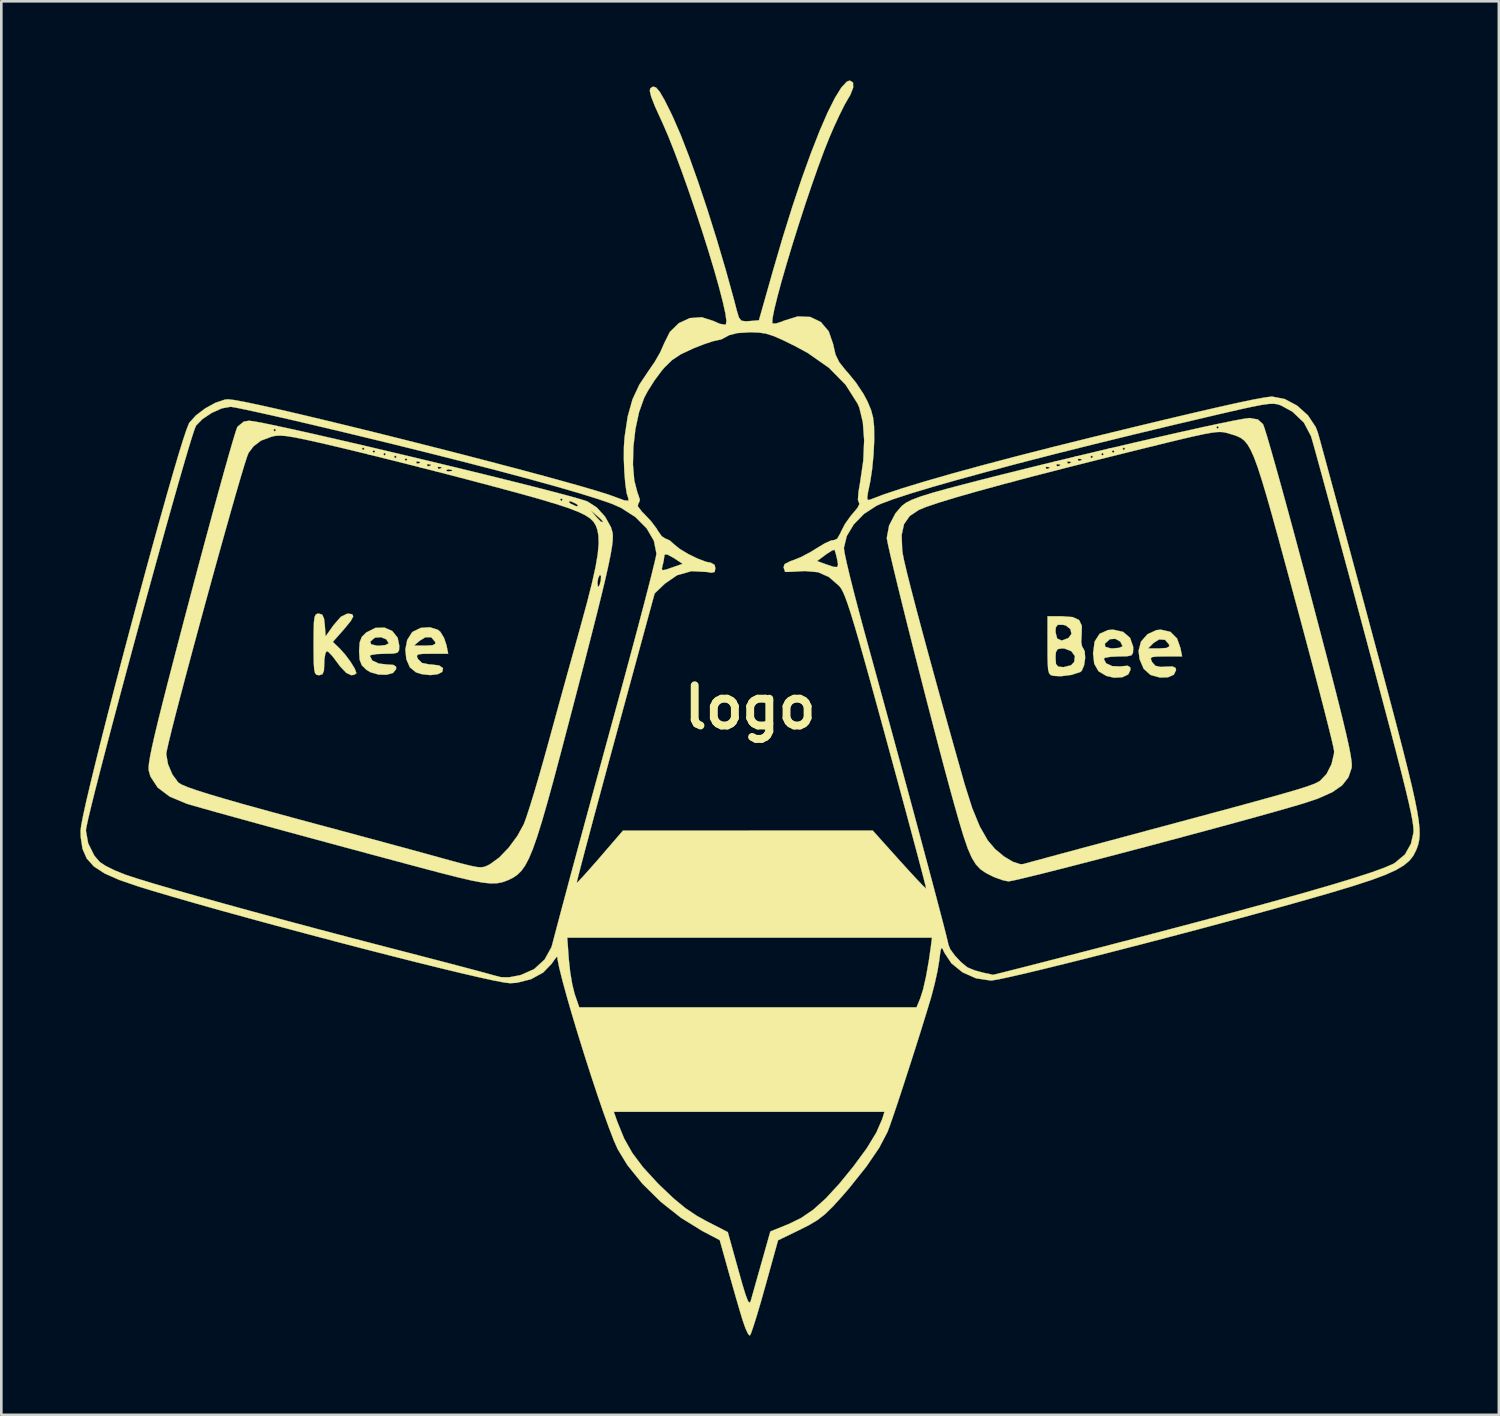
<source format=kicad_pcb>
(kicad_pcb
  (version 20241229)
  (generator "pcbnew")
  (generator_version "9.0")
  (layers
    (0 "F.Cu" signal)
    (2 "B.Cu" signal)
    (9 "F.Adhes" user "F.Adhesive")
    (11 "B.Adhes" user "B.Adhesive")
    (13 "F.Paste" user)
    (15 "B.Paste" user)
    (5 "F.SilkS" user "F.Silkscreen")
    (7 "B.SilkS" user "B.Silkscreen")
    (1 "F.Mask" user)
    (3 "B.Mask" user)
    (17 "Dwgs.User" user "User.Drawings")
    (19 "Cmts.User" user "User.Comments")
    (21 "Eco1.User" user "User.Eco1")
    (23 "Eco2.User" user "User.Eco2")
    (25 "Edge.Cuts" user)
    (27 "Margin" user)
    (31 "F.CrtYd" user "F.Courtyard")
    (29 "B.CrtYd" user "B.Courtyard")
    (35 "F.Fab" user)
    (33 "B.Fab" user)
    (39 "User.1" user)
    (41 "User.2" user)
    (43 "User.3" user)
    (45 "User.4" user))
  (footprint "logo"
    (layer "F.Cu")
    (at 25.405 23.779)
    (property "Reference" "logo" (at 0 0 0) (layer "F.SilkS") (effects (font (size 1.524 1.524) (thickness 0.3))))
    (attr through_hole)
    (fp_poly (pts (xy 15.94 -2.863) (xy 16.192 -2.61) (xy 16.318 -2.254) (xy 16.383 -1.93) (xy 15.757 -1.93) (xy 15.417 -1.926) (xy 15.241 -1.904) (xy 15.193 -1.847) (xy 15.233 -1.74) (xy 15.245 -1.717) (xy 15.365 -1.577) (xy 15.561 -1.532) (xy 15.757 -1.542) (xy 16.021 -1.55) (xy 16.136 -1.495) (xy 16.154 -1.411) (xy 16.068 -1.236) (xy 15.845 -1.139) (xy 15.543 -1.13) (xy 15.215 -1.218) (xy 15.175 -1.236) (xy 14.925 -1.462) (xy 14.77 -1.823) (xy 14.732 -2.143) (xy 14.756 -2.235) (xy 15.093 -2.235) (xy 15.519 -2.235) (xy 15.79 -2.252) (xy 15.895 -2.31) (xy 15.889 -2.38) (xy 15.736 -2.56) (xy 15.513 -2.575) (xy 15.3 -2.442) (xy 15.093 -2.235) (xy 14.756 -2.235) (xy 14.824 -2.493) (xy 15.067 -2.771) (xy 15.407 -2.928) (xy 15.575 -2.946) (xy 15.94 -2.863)) (stroke (width 0.01) (type solid)) (fill yes) (layer "F.SilkS"))
    (fp_poly (pts (xy -11.852 -2.944) (xy -11.752 -2.864) (xy -11.611 -2.63) (xy -11.52 -2.356) (xy -11.455 -2.032) (xy -12.081 -2.032) (xy -12.421 -2.028) (xy -12.596 -2.005) (xy -12.645 -1.948) (xy -12.606 -1.842) (xy -12.598 -1.829) (xy -12.447 -1.681) (xy -12.173 -1.627) (xy -12.098 -1.626) (xy -11.798 -1.588) (xy -11.652 -1.485) (xy -11.65 -1.482) (xy -11.68 -1.343) (xy -11.856 -1.254) (xy -12.13 -1.222) (xy -12.449 -1.256) (xy -12.676 -1.325) (xy -12.908 -1.516) (xy -13.044 -1.827) (xy -13.08 -2.193) (xy -13.05 -2.344) (xy -12.751 -2.344) (xy -12.322 -2.34) (xy -12.05 -2.354) (xy -11.944 -2.41) (xy -11.949 -2.481) (xy -12.098 -2.656) (xy -12.321 -2.656) (xy -12.517 -2.538) (xy -12.751 -2.344) (xy -13.05 -2.344) (xy -13.011 -2.55) (xy -12.832 -2.836) (xy -12.793 -2.87) (xy -12.496 -3.013) (xy -12.153 -3.037) (xy -11.852 -2.944)) (stroke (width 0.01) (type solid)) (fill yes) (layer "F.SilkS"))
    (fp_poly (pts (xy 14.144 -2.863) (xy 14.409 -2.636) (xy 14.526 -2.299) (xy 14.529 -2.235) (xy 14.519 -2.061) (xy 14.458 -1.97) (xy 14.294 -1.936) (xy 13.979 -1.93) (xy 13.97 -1.93) (xy 13.664 -1.916) (xy 13.461 -1.878) (xy 13.411 -1.841) (xy 13.501 -1.669) (xy 13.73 -1.564) (xy 14.038 -1.55) (xy 14.072 -1.555) (xy 14.313 -1.577) (xy 14.412 -1.523) (xy 14.427 -1.427) (xy 14.339 -1.246) (xy 14.112 -1.14) (xy 13.801 -1.124) (xy 13.513 -1.19) (xy 13.212 -1.368) (xy 13.05 -1.652) (xy 13.005 -2.048) (xy 13.055 -2.415) (xy 13.454 -2.415) (xy 13.466 -2.297) (xy 13.667 -2.238) (xy 13.758 -2.235) (xy 13.997 -2.257) (xy 14.118 -2.311) (xy 14.122 -2.324) (xy 14.037 -2.495) (xy 13.847 -2.599) (xy 13.649 -2.585) (xy 13.637 -2.578) (xy 13.454 -2.415) (xy 13.055 -2.415) (xy 13.067 -2.498) (xy 13.255 -2.79) (xy 13.575 -2.931) (xy 13.767 -2.946) (xy 14.144 -2.863)) (stroke (width 0.01) (type solid)) (fill yes) (layer "F.SilkS"))
    (fp_poly (pts (xy -13.575 -2.894) (xy -13.372 -2.64) (xy -13.31 -2.337) (xy -13.319 -2.163) (xy -13.38 -2.072) (xy -13.544 -2.037) (xy -13.86 -2.032) (xy -13.868 -2.032) (xy -14.174 -2.019) (xy -14.377 -1.984) (xy -14.427 -1.951) (xy -14.335 -1.775) (xy -14.087 -1.66) (xy -13.79 -1.626) (xy -13.533 -1.609) (xy -13.432 -1.542) (xy -13.43 -1.448) (xy -13.548 -1.304) (xy -13.792 -1.235) (xy -14.097 -1.243) (xy -14.399 -1.329) (xy -14.56 -1.425) (xy -14.733 -1.597) (xy -14.814 -1.806) (xy -14.834 -2.133) (xy -14.834 -2.134) (xy -14.813 -2.462) (xy -14.801 -2.493) (xy -14.411 -2.493) (xy -14.379 -2.391) (xy -14.166 -2.34) (xy -14.072 -2.337) (xy -13.837 -2.361) (xy -13.719 -2.422) (xy -13.716 -2.435) (xy -13.801 -2.577) (xy -13.997 -2.658) (xy -14.212 -2.646) (xy -14.252 -2.628) (xy -14.411 -2.493) (xy -14.801 -2.493) (xy -14.732 -2.672) (xy -14.566 -2.837) (xy -14.219 -3.012) (xy -13.873 -3.024) (xy -13.575 -2.894)) (stroke (width 0.01) (type solid)) (fill yes) (layer "F.SilkS"))
    (fp_poly (pts (xy -16.233 -3.516) (xy -16.164 -3.364) (xy -16.135 -3.124) (xy -16.104 -2.692) (xy -15.799 -3.122) (xy -15.524 -3.436) (xy -15.283 -3.553) (xy -15.265 -3.554) (xy -15.098 -3.533) (xy -15.056 -3.45) (xy -15.146 -3.28) (xy -15.375 -2.998) (xy -15.433 -2.931) (xy -15.83 -2.481) (xy -15.569 -2.231) (xy -15.36 -1.998) (xy -15.155 -1.722) (xy -14.999 -1.467) (xy -14.936 -1.297) (xy -14.936 -1.295) (xy -15.02 -1.233) (xy -15.134 -1.219) (xy -15.319 -1.306) (xy -15.549 -1.544) (xy -15.646 -1.676) (xy -15.837 -1.93) (xy -15.993 -2.096) (xy -16.058 -2.134) (xy -16.115 -2.043) (xy -16.15 -1.813) (xy -16.154 -1.676) (xy -16.168 -1.391) (xy -16.223 -1.256) (xy -16.343 -1.219) (xy -16.358 -1.219) (xy -16.445 -1.232) (xy -16.503 -1.292) (xy -16.537 -1.434) (xy -16.555 -1.692) (xy -16.56 -2.102) (xy -16.561 -2.388) (xy -16.558 -2.89) (xy -16.548 -3.224) (xy -16.523 -3.423) (xy -16.477 -3.521) (xy -16.406 -3.554) (xy -16.363 -3.556) (xy -16.233 -3.516)) (stroke (width 0.01) (type solid)) (fill yes) (layer "F.SilkS"))
    (fp_poly (pts (xy 12.235 -3.423) (xy 12.478 -3.309) (xy 12.581 -3.089) (xy 12.571 -2.742) (xy 12.557 -2.474) (xy 12.59 -2.301) (xy 12.608 -2.28) (xy 12.689 -2.128) (xy 12.706 -1.871) (xy 12.666 -1.596) (xy 12.578 -1.388) (xy 12.522 -1.339) (xy 12.184 -1.229) (xy 11.781 -1.179) (xy 11.506 -1.193) (xy 11.406 -1.221) (xy 11.34 -1.285) (xy 11.302 -1.423) (xy 11.284 -1.671) (xy 11.281 -1.88) (xy 11.582 -1.88) (xy 11.6 -1.641) (xy 11.686 -1.543) (xy 11.884 -1.524) (xy 12.172 -1.595) (xy 12.29 -1.72) (xy 12.316 -1.943) (xy 12.181 -2.128) (xy 11.927 -2.228) (xy 11.829 -2.235) (xy 11.662 -2.207) (xy 11.594 -2.084) (xy 11.582 -1.88) (xy 11.281 -1.88) (xy 11.278 -2.067) (xy 11.278 -2.344) (xy 11.278 -2.852) (xy 11.582 -2.852) (xy 11.644 -2.609) (xy 11.815 -2.532) (xy 12.074 -2.629) (xy 12.075 -2.63) (xy 12.187 -2.789) (xy 12.144 -2.968) (xy 11.974 -3.103) (xy 11.861 -3.131) (xy 11.666 -3.13) (xy 11.592 -3.026) (xy 11.582 -2.852) (xy 11.278 -2.852) (xy 11.278 -3.454) (xy 11.824 -3.454) (xy 12.235 -3.423)) (stroke (width 0.01) (type solid)) (fill yes) (layer "F.SilkS"))
    (fp_poly (pts (xy 19.258 -10.918) (xy 19.452 -10.74) (xy 19.504 -10.602) (xy 19.603 -10.286) (xy 19.743 -9.807) (xy 19.92 -9.185) (xy 20.129 -8.435) (xy 20.365 -7.576) (xy 20.624 -6.624) (xy 20.899 -5.597) (xy 21.188 -4.514) (xy 21.245 -4.295) (xy 21.588 -2.994) (xy 21.881 -1.875) (xy 22.127 -0.924) (xy 22.33 -0.127) (xy 22.492 0.53) (xy 22.618 1.06) (xy 22.711 1.478) (xy 22.773 1.797) (xy 22.808 2.032) (xy 22.821 2.197) (xy 22.813 2.3) (xy 22.691 2.658) (xy 22.454 2.959) (xy 22.08 3.219) (xy 21.545 3.458) (xy 21.02 3.634) (xy 20.555 3.772) (xy 19.957 3.943) (xy 19.247 4.142) (xy 18.448 4.362) (xy 17.582 4.598) (xy 16.669 4.844) (xy 15.733 5.095) (xy 14.794 5.344) (xy 13.874 5.587) (xy 12.995 5.816) (xy 12.18 6.027) (xy 11.448 6.213) (xy 10.823 6.37) (xy 10.325 6.49) (xy 9.978 6.57) (xy 9.802 6.601) (xy 9.792 6.602) (xy 9.583 6.559) (xy 9.292 6.455) (xy 9.195 6.413) (xy 8.941 6.285) (xy 8.734 6.142) (xy 8.56 5.957) (xy 8.404 5.703) (xy 8.252 5.354) (xy 8.09 4.882) (xy 7.904 4.261) (xy 7.732 3.652) (xy 7.56 3.027) (xy 7.363 2.297) (xy 7.148 1.486) (xy 6.921 0.617) (xy 6.686 -0.289) (xy 6.45 -1.21) (xy 6.217 -2.121) (xy 5.995 -3.003) (xy 5.788 -3.831) (xy 5.603 -4.583) (xy 5.444 -5.238) (xy 5.318 -5.772) (xy 5.23 -6.164) (xy 5.186 -6.39) (xy 5.182 -6.429) (xy 5.201 -6.533) (xy 5.745 -6.533) (xy 5.766 -5.979) (xy 5.784 -5.838) (xy 5.836 -5.576) (xy 5.94 -5.132) (xy 6.093 -4.523) (xy 6.291 -3.763) (xy 6.53 -2.866) (xy 6.806 -1.848) (xy 7.115 -0.721) (xy 7.454 0.498) (xy 7.817 1.795) (xy 8.14 2.934) (xy 8.42 3.818) (xy 8.707 4.516) (xy 9.008 5.043) (xy 9.284 5.371) (xy 9.629 5.658) (xy 9.968 5.86) (xy 10.25 5.951) (xy 10.363 5.944) (xy 10.49 5.908) (xy 10.793 5.826) (xy 11.251 5.702) (xy 11.846 5.541) (xy 12.557 5.349) (xy 13.363 5.133) (xy 14.245 4.896) (xy 15.088 4.669) (xy 16.352 4.33) (xy 17.435 4.038) (xy 18.352 3.791) (xy 19.117 3.582) (xy 19.746 3.408) (xy 20.253 3.265) (xy 20.653 3.149) (xy 20.962 3.054) (xy 21.194 2.977) (xy 21.364 2.914) (xy 21.488 2.859) (xy 21.579 2.81) (xy 21.614 2.788) (xy 21.861 2.53) (xy 22.051 2.155) (xy 22.145 1.749) (xy 22.149 1.663) (xy 22.123 1.517) (xy 22.048 1.192) (xy 21.929 0.709) (xy 21.771 0.086) (xy 21.578 -0.658) (xy 21.356 -1.506) (xy 21.109 -2.437) (xy 20.842 -3.435) (xy 20.65 -4.147) (xy 20.317 -5.377) (xy 20.032 -6.426) (xy 19.788 -7.308) (xy 19.58 -8.04) (xy 19.401 -8.637) (xy 19.247 -9.113) (xy 19.11 -9.483) (xy 18.985 -9.762) (xy 18.866 -9.967) (xy 18.747 -10.111) (xy 18.622 -10.21) (xy 18.485 -10.278) (xy 18.331 -10.332) (xy 18.201 -10.371) (xy 18.084 -10.406) (xy 17.975 -10.431) (xy 17.854 -10.444) (xy 17.703 -10.44) (xy 17.501 -10.415) (xy 17.232 -10.367) (xy 16.874 -10.291) (xy 16.409 -10.184) (xy 15.818 -10.041) (xy 15.083 -9.86) (xy 14.182 -9.637) (xy 13.411 -9.445) (xy 12.016 -9.094) (xy 10.747 -8.768) (xy 9.617 -8.468) (xy 8.634 -8.199) (xy 7.809 -7.963) (xy 7.153 -7.763) (xy 6.675 -7.602) (xy 6.401 -7.489) (xy 6.05 -7.255) (xy 5.835 -6.947) (xy 5.745 -6.533) (xy 5.201 -6.533) (xy 5.27 -6.898) (xy 5.512 -7.361) (xy 5.755 -7.642) (xy 5.908 -7.758) (xy 6.13 -7.871) (xy 6.451 -7.992) (xy 6.898 -8.132) (xy 7.501 -8.3) (xy 7.825 -8.386) (xy 8.648 -8.6) (xy 9.551 -8.829) (xy 10.513 -9.068) (xy 10.686 -9.11) (xy 11.21 -9.11) (xy 11.224 -9.05) (xy 11.278 -9.042) (xy 11.361 -9.08) (xy 11.345 -9.11) (xy 11.225 -9.122) (xy 11.21 -9.11) (xy 10.686 -9.11) (xy 11.101 -9.212) (xy 11.616 -9.212) (xy 11.63 -9.151) (xy 11.684 -9.144) (xy 11.768 -9.181) (xy 11.752 -9.212) (xy 11.631 -9.224) (xy 11.616 -9.212) (xy 11.101 -9.212) (xy 11.514 -9.313) (xy 11.517 -9.313) (xy 12.023 -9.313) (xy 12.037 -9.253) (xy 12.09 -9.246) (xy 12.174 -9.283) (xy 12.158 -9.313) (xy 12.038 -9.325) (xy 12.023 -9.313) (xy 11.517 -9.313) (xy 11.938 -9.415) (xy 12.429 -9.415) (xy 12.443 -9.355) (xy 12.497 -9.347) (xy 12.58 -9.384) (xy 12.565 -9.415) (xy 12.444 -9.427) (xy 12.429 -9.415) (xy 11.938 -9.415) (xy 12.29 -9.5) (xy 12.903 -9.5) (xy 12.954 -9.449) (xy 13.005 -9.5) (xy 12.954 -9.55) (xy 12.903 -9.5) (xy 12.29 -9.5) (xy 12.531 -9.558) (xy 12.713 -9.601) (xy 13.31 -9.601) (xy 13.36 -9.55) (xy 13.411 -9.601) (xy 13.36 -9.652) (xy 13.31 -9.601) (xy 12.713 -9.601) (xy 13.141 -9.703) (xy 13.716 -9.703) (xy 13.767 -9.652) (xy 13.818 -9.703) (xy 13.767 -9.754) (xy 13.716 -9.703) (xy 13.141 -9.703) (xy 13.544 -9.799) (xy 13.569 -9.804) (xy 14.122 -9.804) (xy 14.173 -9.754) (xy 14.224 -9.804) (xy 14.173 -9.855) (xy 14.122 -9.804) (xy 13.569 -9.804) (xy 14.531 -10.03) (xy 15.471 -10.247) (xy 16.343 -10.445) (xy 17.12 -10.617) (xy 17.678 -10.617) (xy 17.729 -10.566) (xy 17.78 -10.617) (xy 17.729 -10.668) (xy 17.678 -10.617) (xy 17.12 -10.617) (xy 17.126 -10.619) (xy 17.798 -10.763) (xy 18.339 -10.874) (xy 18.726 -10.945) (xy 18.94 -10.973) (xy 18.949 -10.973) (xy 19.258 -10.918)) (stroke (width 0.01) (type solid)) (fill yes) (layer "F.SilkS"))
    (fp_poly (pts (xy -18.821 -10.847) (xy -18.456 -10.779) (xy -17.938 -10.671) (xy -17.286 -10.53) (xy -16.524 -10.359) (xy -15.671 -10.164) (xy -14.749 -9.951) (xy -13.78 -9.723) (xy -12.785 -9.487) (xy -11.786 -9.248) (xy -10.804 -9.01) (xy -9.86 -8.779) (xy -8.975 -8.559) (xy -8.172 -8.357) (xy -7.472 -8.176) (xy -6.895 -8.023) (xy -6.464 -7.902) (xy -6.199 -7.818) (xy -6.172 -7.808) (xy -5.821 -7.582) (xy -5.503 -7.231) (xy -5.279 -6.829) (xy -5.221 -6.632) (xy -5.209 -6.505) (xy -5.214 -6.335) (xy -5.241 -6.107) (xy -5.291 -5.805) (xy -5.37 -5.418) (xy -5.479 -4.929) (xy -5.623 -4.326) (xy -5.804 -3.594) (xy -6.026 -2.719) (xy -6.291 -1.686) (xy -6.604 -0.482) (xy -6.876 0.559) (xy -7.192 1.761) (xy -7.464 2.783) (xy -7.7 3.639) (xy -7.904 4.346) (xy -8.084 4.92) (xy -8.245 5.377) (xy -8.394 5.733) (xy -8.537 6.003) (xy -8.68 6.204) (xy -8.83 6.351) (xy -8.991 6.461) (xy -9.172 6.55) (xy -9.212 6.567) (xy -9.407 6.636) (xy -9.61 6.675) (xy -9.852 6.68) (xy -10.158 6.647) (xy -10.557 6.572) (xy -11.077 6.451) (xy -11.746 6.281) (xy -12.294 6.136) (xy -13.402 5.84) (xy -14.518 5.54) (xy -15.621 5.243) (xy -16.688 4.954) (xy -17.7 4.679) (xy -18.636 4.423) (xy -19.474 4.192) (xy -20.193 3.993) (xy -20.773 3.83) (xy -21.193 3.71) (xy -21.382 3.653) (xy -22.018 3.387) (xy -22.475 3.043) (xy -22.749 2.624) (xy -22.813 2.404) (xy -22.819 2.292) (xy -22.803 2.117) (xy -22.762 1.864) (xy -22.744 1.774) (xy -22.149 1.774) (xy -22.083 2.155) (xy -21.916 2.548) (xy -21.694 2.849) (xy -21.68 2.861) (xy -21.562 2.933) (xy -21.339 3.027) (xy -21 3.146) (xy -20.533 3.293) (xy -19.926 3.474) (xy -19.168 3.69) (xy -18.245 3.945) (xy -17.147 4.244) (xy -16.154 4.511) (xy -15.355 4.726) (xy -14.511 4.954) (xy -13.677 5.179) (xy -12.908 5.388) (xy -12.258 5.566) (xy -12.04 5.626) (xy -11.402 5.802) (xy -10.929 5.929) (xy -10.591 6.013) (xy -10.357 6.058) (xy -10.196 6.068) (xy -10.076 6.048) (xy -9.968 6.002) (xy -9.868 5.95) (xy -9.521 5.699) (xy -9.156 5.318) (xy -8.824 4.866) (xy -8.587 4.432) (xy -8.496 4.188) (xy -8.363 3.781) (xy -8.198 3.247) (xy -8.013 2.62) (xy -7.818 1.934) (xy -7.69 1.473) (xy -7.462 0.641) (xy -7.211 -0.272) (xy -6.954 -1.201) (xy -6.71 -2.08) (xy -6.497 -2.844) (xy -6.455 -2.997) (xy -6.198 -3.936) (xy -6.003 -4.705) (xy -5.997 -4.732) (xy -5.793 -4.732) (xy -5.779 -4.594) (xy -5.752 -4.572) (xy -5.706 -4.658) (xy -5.665 -4.823) (xy -5.658 -4.99) (xy -5.704 -5.02) (xy -5.764 -4.908) (xy -5.793 -4.732) (xy -5.997 -4.732) (xy -5.865 -5.326) (xy -5.781 -5.822) (xy -5.747 -6.215) (xy -5.758 -6.528) (xy -5.799 -6.738) (xy -5.853 -6.892) (xy -5.936 -7.03) (xy -6.064 -7.16) (xy -6.255 -7.286) (xy -6.525 -7.417) (xy -6.658 -7.468) (xy -6.045 -7.468) (xy -5.852 -7.239) (xy -5.672 -7.047) (xy -5.593 -7.019) (xy -5.588 -7.045) (xy -5.657 -7.128) (xy -5.817 -7.274) (xy -6.045 -7.468) (xy -6.658 -7.468) (xy -6.892 -7.558) (xy -7.373 -7.716) (xy -7.582 -7.778) (xy -6.876 -7.778) (xy -6.807 -7.722) (xy -6.622 -7.636) (xy -6.553 -7.623) (xy -6.535 -7.665) (xy -6.604 -7.722) (xy -6.789 -7.808) (xy -6.858 -7.82) (xy -6.876 -7.778) (xy -7.582 -7.778) (xy -7.904 -7.874) (xy -7.214 -7.874) (xy -7.163 -7.823) (xy -7.112 -7.874) (xy -7.163 -7.925) (xy -7.214 -7.874) (xy -7.904 -7.874) (xy -7.984 -7.898) (xy -8.742 -8.11) (xy -9.666 -8.359) (xy -10.668 -8.625) (xy -11.536 -8.851) (xy -11.98 -8.965) (xy -11.538 -8.965) (xy -11.438 -8.949) (xy -11.307 -8.968) (xy -11.305 -9.002) (xy -11.441 -9.026) (xy -11.5 -9.01) (xy -11.538 -8.965) (xy -11.98 -8.965) (xy -12.485 -9.094) (xy -12.547 -9.11) (xy -11.853 -9.11) (xy -11.839 -9.05) (xy -11.786 -9.042) (xy -11.702 -9.08) (xy -11.718 -9.11) (xy -11.838 -9.122) (xy -11.853 -9.11) (xy -12.547 -9.11) (xy -12.949 -9.212) (xy -12.26 -9.212) (xy -12.246 -9.151) (xy -12.192 -9.144) (xy -12.108 -9.181) (xy -12.124 -9.212) (xy -12.245 -9.224) (xy -12.26 -9.212) (xy -12.949 -9.212) (xy -13.352 -9.313) (xy -12.666 -9.313) (xy -12.652 -9.253) (xy -12.598 -9.246) (xy -12.515 -9.283) (xy -12.531 -9.313) (xy -12.651 -9.325) (xy -12.666 -9.313) (xy -13.352 -9.313) (xy -13.453 -9.339) (xy -13.691 -9.398) (xy -13.106 -9.398) (xy -13.056 -9.347) (xy -13.005 -9.398) (xy -13.056 -9.449) (xy -13.106 -9.398) (xy -13.691 -9.398) (xy -14.099 -9.5) (xy -13.513 -9.5) (xy -13.462 -9.449) (xy -13.411 -9.5) (xy -13.462 -9.55) (xy -13.513 -9.5) (xy -14.099 -9.5) (xy -14.38 -9.569) (xy -14.51 -9.601) (xy -13.919 -9.601) (xy -13.868 -9.55) (xy -13.818 -9.601) (xy -13.868 -9.652) (xy -13.919 -9.601) (xy -14.51 -9.601) (xy -14.927 -9.703) (xy -14.326 -9.703) (xy -14.275 -9.652) (xy -14.224 -9.703) (xy -14.275 -9.754) (xy -14.326 -9.703) (xy -14.927 -9.703) (xy -15.203 -9.77) (xy -15.346 -9.804) (xy -14.732 -9.804) (xy -14.681 -9.754) (xy -14.63 -9.804) (xy -14.681 -9.855) (xy -14.732 -9.804) (xy -15.346 -9.804) (xy -15.561 -9.856) (xy -16.294 -10.027) (xy -16.858 -10.153) (xy -17.283 -10.239) (xy -17.596 -10.289) (xy -17.826 -10.307) (xy -18.002 -10.298) (xy -18.152 -10.266) (xy -18.555 -10.116) (xy -18.837 -9.901) (xy -19.026 -9.652) (xy -19.083 -9.508) (xy -19.185 -9.19) (xy -19.327 -8.719) (xy -19.503 -8.117) (xy -19.706 -7.406) (xy -19.931 -6.608) (xy -20.172 -5.746) (xy -20.423 -4.839) (xy -20.677 -3.912) (xy -20.929 -2.985) (xy -21.173 -2.08) (xy -21.403 -1.22) (xy -21.612 -0.427) (xy -21.796 0.279) (xy -21.947 0.875) (xy -22.06 1.338) (xy -22.129 1.648) (xy -22.149 1.774) (xy -22.744 1.774) (xy -22.693 1.521) (xy -22.592 1.073) (xy -22.456 0.507) (xy -22.282 -0.19) (xy -22.067 -1.032) (xy -21.807 -2.033) (xy -21.5 -3.207) (xy -21.24 -4.192) (xy -20.95 -5.286) (xy -20.671 -6.326) (xy -20.409 -7.294) (xy -20.168 -8.174) (xy -19.954 -8.947) (xy -19.77 -9.597) (xy -19.623 -10.105) (xy -19.516 -10.455) (xy -19.495 -10.516) (xy -18.085 -10.516) (xy -18.034 -10.465) (xy -17.983 -10.516) (xy -18.034 -10.566) (xy -18.085 -10.516) (xy -19.495 -10.516) (xy -19.454 -10.63) (xy -19.448 -10.643) (xy -19.21 -10.837) (xy -19.009 -10.871) (xy -18.821 -10.847)) (stroke (width 0.01) (type solid)) (fill yes) (layer "F.SilkS"))
    (fp_poly (pts (xy 3.901 -23.7) (xy 3.906 -23.503) (xy 3.796 -23.224) (xy 3.72 -23.098) (xy 3.574 -22.843) (xy 3.382 -22.456) (xy 3.169 -21.996) (xy 3.007 -21.62) (xy 2.8 -21.1) (xy 2.572 -20.482) (xy 2.33 -19.793) (xy 2.082 -19.058) (xy 1.837 -18.302) (xy 1.601 -17.551) (xy 1.384 -16.83) (xy 1.192 -16.166) (xy 1.034 -15.584) (xy 0.917 -15.108) (xy 0.849 -14.766) (xy 0.838 -14.583) (xy 0.847 -14.563) (xy 0.974 -14.557) (xy 1.204 -14.631) (xy 1.275 -14.663) (xy 1.803 -14.827) (xy 2.28 -14.807) (xy 2.68 -14.615) (xy 2.978 -14.263) (xy 3.151 -13.764) (xy 3.157 -13.726) (xy 3.237 -13.378) (xy 3.378 -13.091) (xy 3.624 -12.781) (xy 3.711 -12.687) (xy 4.014 -12.314) (xy 4.299 -11.884) (xy 4.448 -11.605) (xy 4.583 -11.283) (xy 4.662 -10.99) (xy 4.699 -10.654) (xy 4.705 -10.201) (xy 4.704 -10.109) (xy 4.679 -9.587) (xy 4.626 -9.039) (xy 4.555 -8.57) (xy 4.541 -8.502) (xy 4.466 -8.142) (xy 4.44 -7.942) (xy 4.462 -7.864) (xy 4.534 -7.871) (xy 4.558 -7.881) (xy 5.057 -8.071) (xy 5.742 -8.299) (xy 6.599 -8.561) (xy 7.617 -8.854) (xy 8.781 -9.173) (xy 10.078 -9.516) (xy 11.496 -9.878) (xy 13.02 -10.256) (xy 14.49 -10.614) (xy 15.769 -10.921) (xy 16.863 -11.179) (xy 17.778 -11.39) (xy 18.519 -11.555) (xy 19.091 -11.675) (xy 19.501 -11.75) (xy 19.753 -11.784) (xy 19.8 -11.786) (xy 20.277 -11.693) (xy 20.746 -11.443) (xy 21.155 -11.076) (xy 21.45 -10.632) (xy 21.525 -10.442) (xy 21.569 -10.29) (xy 21.66 -9.959) (xy 21.795 -9.465) (xy 21.969 -8.823) (xy 22.178 -8.052) (xy 22.417 -7.167) (xy 22.682 -6.185) (xy 22.968 -5.122) (xy 23.271 -3.995) (xy 23.515 -3.083) (xy 23.895 -1.665) (xy 24.224 -0.429) (xy 24.506 0.64) (xy 24.743 1.554) (xy 24.938 2.329) (xy 25.095 2.978) (xy 25.215 3.516) (xy 25.302 3.957) (xy 25.359 4.314) (xy 25.388 4.602) (xy 25.393 4.836) (xy 25.376 5.028) (xy 25.341 5.194) (xy 25.29 5.347) (xy 25.258 5.425) (xy 25.15 5.635) (xy 24.999 5.824) (xy 24.785 6.001) (xy 24.49 6.174) (xy 24.094 6.353) (xy 23.578 6.545) (xy 22.923 6.76) (xy 22.11 7.006) (xy 21.119 7.292) (xy 21.082 7.303) (xy 20.154 7.564) (xy 19.16 7.838) (xy 18.119 8.12) (xy 17.051 8.407) (xy 15.974 8.691) (xy 14.91 8.97) (xy 13.878 9.236) (xy 12.896 9.487) (xy 11.985 9.715) (xy 11.165 9.917) (xy 10.454 10.088) (xy 9.873 10.221) (xy 9.441 10.314) (xy 9.178 10.359) (xy 9.125 10.363) (xy 8.568 10.28) (xy 8.052 10.051) (xy 7.631 9.708) (xy 7.367 9.308) (xy 7.296 9.155) (xy 7.251 9.129) (xy 7.216 9.253) (xy 7.177 9.551) (xy 7.17 9.613) (xy 7.105 10.002) (xy 6.997 10.49) (xy 6.868 10.984) (xy 6.841 11.074) (xy 6.668 11.644) (xy 6.468 12.289) (xy 6.251 12.976) (xy 6.028 13.671) (xy 5.811 14.342) (xy 5.61 14.954) (xy 5.435 15.473) (xy 5.299 15.866) (xy 5.211 16.1) (xy 5.21 16.104) (xy 4.893 16.708) (xy 4.409 17.418) (xy 3.761 18.23) (xy 3.516 18.515) (xy 3.143 18.928) (xy 2.84 19.225) (xy 2.552 19.449) (xy 2.223 19.645) (xy 1.898 19.809) (xy 1.057 20.216) (xy 0.562 22) (xy 0.4 22.571) (xy 0.252 23.072) (xy 0.126 23.471) (xy 0.035 23.735) (xy -0.012 23.833) (xy -0.079 23.77) (xy -0.179 23.557) (xy -0.288 23.244) (xy -0.397 22.882) (xy -0.54 22.393) (xy -0.696 21.847) (xy -0.82 21.408) (xy -1.155 20.21) (xy -1.822 19.859) (xy -2.621 19.366) (xy -3.389 18.759) (xy -4.082 18.077) (xy -4.658 17.365) (xy -5.023 16.764) (xy -5.167 16.442) (xy -5.349 15.97) (xy -5.563 15.377) (xy -5.575 15.342) (xy -5.173 15.342) (xy -5.036 15.73) (xy -4.782 16.351) (xy -4.47 16.905) (xy -4.064 17.446) (xy -3.528 18.029) (xy -3.416 18.142) (xy -2.901 18.63) (xy -2.453 19) (xy -2.014 19.293) (xy -1.669 19.484) (xy -0.849 19.905) (xy -0.45 21.34) (xy -0.294 21.892) (xy -0.179 22.269) (xy -0.097 22.491) (xy -0.039 22.58) (xy 0.004 22.556) (xy 0.029 22.487) (xy 0.088 22.276) (xy 0.188 21.921) (xy 0.314 21.474) (xy 0.437 21.041) (xy 0.764 19.882) (xy 1.467 19.597) (xy 1.938 19.366) (xy 2.395 19.053) (xy 2.864 18.631) (xy 3.374 18.078) (xy 3.908 17.424) (xy 4.422 16.726) (xy 4.785 16.129) (xy 5.009 15.615) (xy 5.023 15.57) (xy 5.094 15.342) (xy -5.173 15.342) (xy -5.575 15.342) (xy -5.797 14.695) (xy -6.043 13.953) (xy -6.291 13.179) (xy -6.532 12.404) (xy -6.757 11.659) (xy -6.956 10.971) (xy -7.12 10.371) (xy -7.24 9.89) (xy -7.307 9.556) (xy -7.317 9.456) (xy -7.365 9.493) (xy -7.484 9.657) (xy -7.526 9.722) (xy -7.853 10.061) (xy -8.314 10.313) (xy -8.852 10.449) (xy -9.109 10.465) (xy -9.331 10.438) (xy -9.729 10.362) (xy -10.282 10.241) (xy -10.972 10.081) (xy -11.779 9.886) (xy -12.682 9.663) (xy -13.662 9.415) (xy -14.699 9.149) (xy -15.773 8.869) (xy -16.865 8.58) (xy -17.954 8.288) (xy -19.021 7.998) (xy -20.047 7.715) (xy -21.01 7.444) (xy -21.892 7.19) (xy -22.673 6.959) (xy -23.184 6.802) (xy -23.926 6.549) (xy -24.489 6.3) (xy -24.896 6.035) (xy -25.167 5.732) (xy -25.325 5.37) (xy -25.393 4.928) (xy -25.4 4.684) (xy -25.399 4.675) (xy -25.197 4.675) (xy -25.11 5.161) (xy -24.878 5.625) (xy -24.671 5.867) (xy -24.454 6.011) (xy -24.113 6.181) (xy -23.715 6.342) (xy -23.667 6.359) (xy -23.236 6.5) (xy -22.627 6.686) (xy -21.863 6.91) (xy -20.962 7.167) (xy -19.945 7.451) (xy -18.832 7.757) (xy -17.643 8.079) (xy -16.4 8.412) (xy -15.121 8.749) (xy -13.827 9.086) (xy -13.818 9.088) (xy -12.961 9.31) (xy -12.158 9.519) (xy -11.433 9.708) (xy -10.808 9.873) (xy -10.307 10.006) (xy -9.952 10.102) (xy -9.767 10.154) (xy -9.754 10.159) (xy -9.446 10.237) (xy -9.144 10.24) (xy -8.755 10.166) (xy -8.69 10.15) (xy -8.195 9.93) (xy -7.797 9.565) (xy -7.54 9.101) (xy -7.512 9.006) (xy -7.441 8.738) (xy -6.939 8.738) (xy -6.878 9.576) (xy -6.827 10.045) (xy -6.749 10.506) (xy -6.66 10.865) (xy -6.65 10.897) (xy -6.483 11.379) (xy 6.31 11.379) (xy 6.447 11.049) (xy 6.558 10.703) (xy 6.672 10.201) (xy 6.779 9.593) (xy 6.847 9.119) (xy 6.896 8.738) (xy -6.939 8.738) (xy -7.441 8.738) (xy -7.343 8.364) (xy -7.149 7.633) (xy -6.925 6.798) (xy -6.888 6.657) (xy -6.58 6.657) (xy -6.508 6.594) (xy -6.329 6.403) (xy -6.07 6.114) (xy -5.754 5.754) (xy -5.69 5.679) (xy -4.826 4.677) (xy -0.088 4.675) (xy 4.649 4.674) (xy 5.648 5.787) (xy 6.001 6.176) (xy 6.302 6.502) (xy 6.528 6.739) (xy 6.655 6.862) (xy 6.673 6.873) (xy 6.652 6.773) (xy 6.582 6.495) (xy 6.467 6.055) (xy 6.313 5.472) (xy 6.123 4.763) (xy 5.904 3.946) (xy 5.658 3.038) (xy 5.391 2.056) (xy 5.176 1.268) (xy 4.845 0.058) (xy 4.562 -0.971) (xy 4.321 -1.834) (xy 4.119 -2.546) (xy 3.95 -3.123) (xy 3.81 -3.58) (xy 3.694 -3.932) (xy 3.598 -4.195) (xy 3.516 -4.384) (xy 3.445 -4.514) (xy 3.379 -4.6) (xy 3.376 -4.603) (xy 2.982 -4.945) (xy 2.574 -5.125) (xy 2.08 -5.169) (xy 1.914 -5.161) (xy 1.598 -5.142) (xy 1.383 -5.135) (xy 1.321 -5.141) (xy 1.29 -5.242) (xy 1.266 -5.308) (xy 1.304 -5.432) (xy 1.53 -5.546) (xy 1.538 -5.548) (xy 2.538 -5.548) (xy 2.869 -5.428) (xy 3.16 -5.329) (xy 3.301 -5.321) (xy 3.332 -5.421) (xy 3.298 -5.613) (xy 3.242 -5.848) (xy 3.199 -5.975) (xy 3.197 -5.978) (xy 3.104 -5.946) (xy 2.913 -5.825) (xy 2.852 -5.78) (xy 2.538 -5.548) (xy 1.538 -5.548) (xy 1.614 -5.572) (xy 1.927 -5.699) (xy 2.301 -5.897) (xy 2.506 -6.024) (xy 3.556 -6.024) (xy 3.583 -5.841) (xy 3.658 -5.489) (xy 3.775 -4.995) (xy 3.928 -4.385) (xy 4.11 -3.686) (xy 4.315 -2.924) (xy 4.43 -2.505) (xy 4.731 -1.409) (xy 5.039 -0.286) (xy 5.349 0.848) (xy 5.655 1.974) (xy 5.954 3.075) (xy 6.24 4.134) (xy 6.508 5.134) (xy 6.755 6.057) (xy 6.976 6.885) (xy 7.165 7.602) (xy 7.319 8.189) (xy 7.432 8.63) (xy 7.5 8.908) (xy 7.518 9.001) (xy 7.588 9.175) (xy 7.763 9.415) (xy 7.99 9.659) (xy 8.215 9.845) (xy 8.266 9.876) (xy 8.519 9.979) (xy 8.83 10.064) (xy 8.839 10.066) (xy 9.076 10.115) (xy 9.2 10.146) (xy 9.205 10.148) (xy 9.302 10.126) (xy 9.575 10.058) (xy 10.003 9.95) (xy 10.566 9.807) (xy 11.241 9.634) (xy 12.009 9.436) (xy 12.849 9.219) (xy 13.168 9.137) (xy 15.127 8.627) (xy 16.891 8.162) (xy 18.463 7.741) (xy 19.848 7.362) (xy 21.047 7.026) (xy 22.064 6.731) (xy 22.902 6.476) (xy 23.564 6.261) (xy 24.055 6.083) (xy 24.376 5.944) (xy 24.455 5.9) (xy 24.833 5.584) (xy 25.062 5.178) (xy 25.156 4.768) (xy 25.161 4.655) (xy 25.149 4.496) (xy 25.117 4.277) (xy 25.061 3.984) (xy 24.977 3.605) (xy 24.863 3.125) (xy 24.716 2.532) (xy 24.531 1.811) (xy 24.307 0.949) (xy 24.038 -0.067) (xy 23.723 -1.25) (xy 23.357 -2.615) (xy 23.323 -2.743) (xy 23.008 -3.916) (xy 22.705 -5.042) (xy 22.418 -6.103) (xy 22.153 -7.082) (xy 21.914 -7.963) (xy 21.706 -8.728) (xy 21.532 -9.361) (xy 21.399 -9.845) (xy 21.309 -10.162) (xy 21.273 -10.284) (xy 21.003 -10.798) (xy 20.568 -11.213) (xy 20.139 -11.448) (xy 20.012 -11.492) (xy 19.868 -11.514) (xy 19.678 -11.509) (xy 19.413 -11.473) (xy 19.042 -11.401) (xy 18.536 -11.291) (xy 17.865 -11.136) (xy 17.803 -11.122) (xy 16.132 -10.729) (xy 14.523 -10.343) (xy 12.99 -9.967) (xy 11.544 -9.605) (xy 10.2 -9.259) (xy 8.97 -8.933) (xy 7.866 -8.631) (xy 6.902 -8.356) (xy 6.09 -8.111) (xy 5.444 -7.901) (xy 4.976 -7.728) (xy 4.79 -7.645) (xy 4.316 -7.336) (xy 3.928 -6.937) (xy 3.663 -6.496) (xy 3.557 -6.059) (xy 3.556 -6.024) (xy 2.506 -6.024) (xy 2.536 -6.043) (xy 2.829 -6.219) (xy 3.068 -6.327) (xy 3.183 -6.343) (xy 3.301 -6.395) (xy 3.423 -6.609) (xy 3.439 -6.652) (xy 3.594 -6.953) (xy 3.823 -7.273) (xy 3.902 -7.363) (xy 4.074 -7.572) (xy 4.145 -7.716) (xy 4.129 -7.751) (xy 4.086 -7.872) (xy 4.11 -8.184) (xy 4.171 -8.541) (xy 4.29 -9.361) (xy 4.323 -10.132) (xy 4.273 -10.813) (xy 4.141 -11.362) (xy 4.076 -11.515) (xy 3.618 -12.236) (xy 2.99 -12.876) (xy 2.182 -13.441) (xy 1.706 -13.7) (xy 1.232 -13.933) (xy 0.882 -14.085) (xy 0.601 -14.173) (xy 0.335 -14.214) (xy 0.03 -14.225) (xy -0.006 -14.225) (xy -0.482 -14.196) (xy -0.8 -14.115) (xy -0.87 -14.075) (xy -1.098 -13.955) (xy -1.247 -13.922) (xy -1.423 -13.883) (xy -1.725 -13.782) (xy -2.095 -13.638) (xy -2.177 -13.604) (xy -2.631 -13.392) (xy -2.965 -13.17) (xy -3.256 -12.885) (xy -3.357 -12.766) (xy -3.632 -12.396) (xy -3.888 -11.99) (xy -4.023 -11.735) (xy -4.216 -11.194) (xy -4.353 -10.555) (xy -4.431 -9.874) (xy -4.447 -9.208) (xy -4.397 -8.611) (xy -4.276 -8.141) (xy -4.255 -8.092) (xy -4.181 -7.868) (xy -4.225 -7.749) (xy -4.246 -7.735) (xy -4.262 -7.625) (xy -4.105 -7.42) (xy -4.008 -7.324) (xy -3.755 -7.054) (xy -3.548 -6.778) (xy -3.499 -6.694) (xy -3.357 -6.491) (xy -3.22 -6.401) (xy -3.214 -6.401) (xy -3.053 -6.331) (xy -2.886 -6.183) (xy -2.671 -6.008) (xy -2.35 -5.815) (xy -1.993 -5.641) (xy -1.673 -5.52) (xy -1.499 -5.487) (xy -1.349 -5.404) (xy -1.321 -5.275) (xy -1.348 -5.134) (xy -1.468 -5.104) (xy -1.635 -5.133) (xy -2.225 -5.165) (xy -2.778 -5.007) (xy -3.233 -4.693) (xy -3.625 -4.318) (xy -5.116 1.158) (xy -5.393 2.175) (xy -5.651 3.131) (xy -5.888 4.009) (xy -6.097 4.791) (xy -6.275 5.46) (xy -6.416 5.998) (xy -6.517 6.387) (xy -6.572 6.61) (xy -6.58 6.657) (xy -6.888 6.657) (xy -6.669 5.845) (xy -6.375 4.76) (xy -6.04 3.527) (xy -5.66 2.133) (xy -5.231 0.562) (xy -5.074 -0.013) (xy -4.793 -1.045) (xy -4.529 -2.025) (xy -4.286 -2.933) (xy -4.07 -3.751) (xy -3.886 -4.46) (xy -3.737 -5.042) (xy -3.685 -5.257) (xy -3.352 -5.257) (xy -3.325 -5.199) (xy -3.189 -5.225) (xy -2.932 -5.314) (xy -2.562 -5.443) (xy -2.906 -5.669) (xy -3.146 -5.799) (xy -3.249 -5.788) (xy -3.253 -5.767) (xy -3.279 -5.57) (xy -3.315 -5.41) (xy -3.352 -5.257) (xy -3.685 -5.257) (xy -3.63 -5.478) (xy -3.569 -5.75) (xy -3.556 -5.833) (xy -3.653 -6.318) (xy -3.927 -6.788) (xy -4.351 -7.214) (xy -4.9 -7.567) (xy -5.245 -7.719) (xy -5.766 -7.899) (xy -6.472 -8.119) (xy -7.348 -8.373) (xy -8.382 -8.66) (xy -9.559 -8.974) (xy -10.866 -9.312) (xy -12.288 -9.671) (xy -13.811 -10.048) (xy -15.422 -10.437) (xy -16.612 -10.719) (xy -17.354 -10.893) (xy -18.042 -11.05) (xy -18.648 -11.185) (xy -19.144 -11.293) (xy -19.503 -11.366) (xy -19.696 -11.398) (xy -19.711 -11.399) (xy -20.04 -11.34) (xy -20.422 -11.169) (xy -20.779 -10.931) (xy -21.018 -10.686) (xy -21.076 -10.545) (xy -21.181 -10.225) (xy -21.327 -9.746) (xy -21.509 -9.127) (xy -21.722 -8.387) (xy -21.961 -7.543) (xy -22.221 -6.616) (xy -22.496 -5.624) (xy -22.783 -4.584) (xy -23.075 -3.518) (xy -23.367 -2.442) (xy -23.655 -1.376) (xy -23.933 -0.338) (xy -24.197 0.652) (xy -24.44 1.577) (xy -24.658 2.416) (xy -24.847 3.152) (xy -24.999 3.766) (xy -25.112 4.238) (xy -25.179 4.551) (xy -25.197 4.675) (xy -25.399 4.675) (xy -25.373 4.469) (xy -25.297 4.08) (xy -25.177 3.536) (xy -25.016 2.857) (xy -24.822 2.061) (xy -24.599 1.167) (xy -24.351 0.195) (xy -24.085 -0.835) (xy -23.805 -1.905) (xy -23.516 -2.994) (xy -23.224 -4.085) (xy -22.934 -5.158) (xy -22.651 -6.192) (xy -22.379 -7.17) (xy -22.125 -8.072) (xy -21.893 -8.878) (xy -21.689 -9.57) (xy -21.517 -10.127) (xy -21.382 -10.531) (xy -21.291 -10.763) (xy -21.274 -10.794) (xy -21.024 -11.072) (xy -20.669 -11.34) (xy -20.278 -11.554) (xy -19.921 -11.673) (xy -19.807 -11.684) (xy -19.584 -11.658) (xy -19.184 -11.585) (xy -18.629 -11.469) (xy -17.939 -11.315) (xy -17.133 -11.129) (xy -16.233 -10.915) (xy -15.258 -10.679) (xy -14.228 -10.426) (xy -13.165 -10.161) (xy -12.088 -9.889) (xy -11.017 -9.616) (xy -9.973 -9.345) (xy -8.975 -9.083) (xy -8.046 -8.835) (xy -7.203 -8.605) (xy -6.469 -8.399) (xy -5.862 -8.222) (xy -5.404 -8.079) (xy -5.114 -7.975) (xy -5.112 -7.974) (xy -4.779 -7.852) (xy -4.617 -7.835) (xy -4.621 -7.922) (xy -4.622 -7.923) (xy -4.685 -8.124) (xy -4.736 -8.475) (xy -4.773 -8.919) (xy -4.792 -9.403) (xy -4.79 -9.871) (xy -4.765 -10.242) (xy -4.646 -11.03) (xy -4.466 -11.677) (xy -4.203 -12.241) (xy -3.882 -12.723) (xy -3.627 -13.093) (xy -3.411 -13.468) (xy -3.278 -13.769) (xy -3.273 -13.785) (xy -3.049 -14.237) (xy -2.708 -14.57) (xy -2.291 -14.763) (xy -1.839 -14.797) (xy -1.409 -14.66) (xy -1.152 -14.547) (xy -0.959 -14.513) (xy -0.923 -14.524) (xy -0.9 -14.65) (xy -0.941 -14.942) (xy -1.037 -15.376) (xy -1.18 -15.928) (xy -1.362 -16.573) (xy -1.577 -17.287) (xy -1.816 -18.046) (xy -2.072 -18.825) (xy -2.336 -19.6) (xy -2.602 -20.347) (xy -2.861 -21.041) (xy -3.105 -21.658) (xy -3.328 -22.174) (xy -3.377 -22.279) (xy -3.614 -22.799) (xy -3.755 -23.161) (xy -3.808 -23.385) (xy -3.785 -23.484) (xy -3.68 -23.546) (xy -3.567 -23.507) (xy -3.43 -23.346) (xy -3.253 -23.043) (xy -3.021 -22.58) (xy -2.927 -22.381) (xy -2.638 -21.718) (xy -2.317 -20.891) (xy -1.975 -19.931) (xy -1.622 -18.874) (xy -1.27 -17.752) (xy -0.929 -16.599) (xy -0.611 -15.448) (xy -0.509 -15.056) (xy -0.428 -14.787) (xy -0.334 -14.665) (xy -0.166 -14.641) (xy -0.032 -14.65) (xy 0.331 -14.681) (xy 0.879 -16.612) (xy 1.241 -17.846) (xy 1.603 -19.002) (xy 1.959 -20.065) (xy 2.304 -21.022) (xy 2.632 -21.859) (xy 2.937 -22.562) (xy 3.215 -23.117) (xy 3.46 -23.512) (xy 3.666 -23.732) (xy 3.778 -23.774) (xy 3.901 -23.7)) (stroke (width 0.01) (type solid)) (fill yes) (layer "F.SilkS")))
  (gr_rect
    (start -3 -3)
    (end 53.803 50.617)
    (stroke (width 0.1) (type default))
    (fill no)
    (layer "Edge.Cuts")))
</source>
